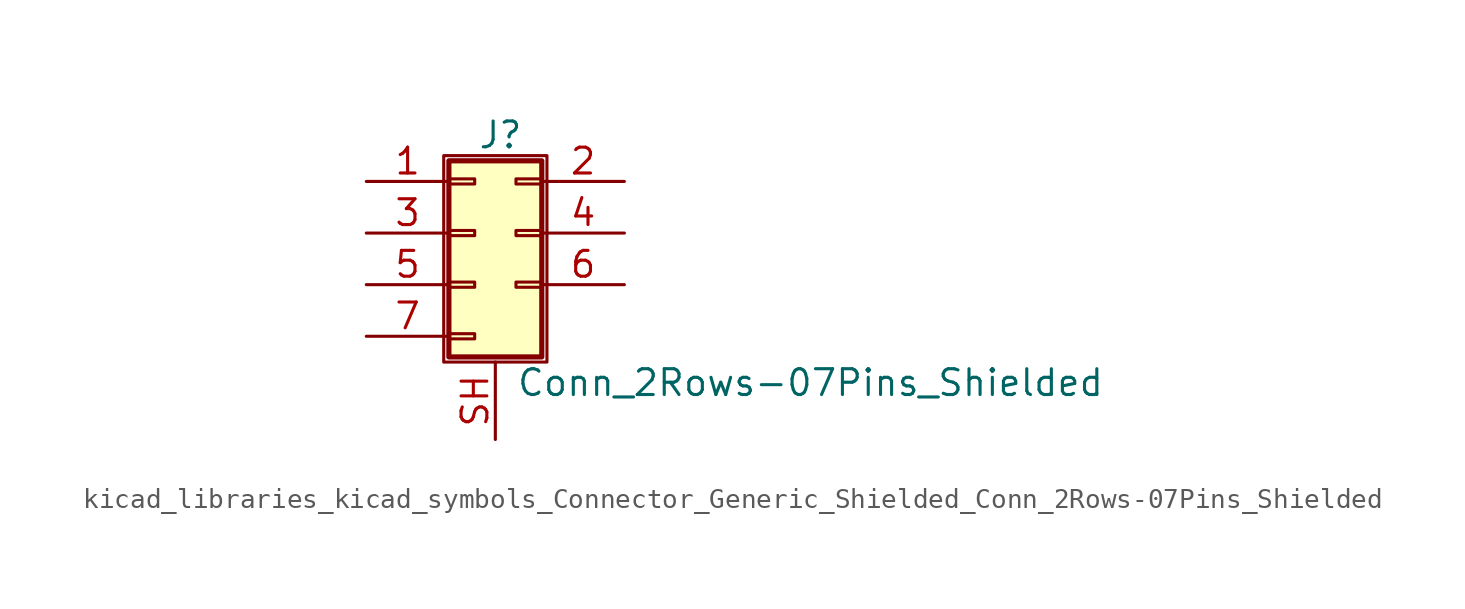
<source format=kicad_sym>
(kicad_symbol_lib
  (version 20220914)
  (generator kicad_symbol_editor)
  (symbol "kicad_libraries_kicad_symbols_Connector_Generic_Shielded_Conn_2Rows-07Pins_Shielded"
    (pin_names
      (offset 1.016) hide)
    (property "Reference" "J"
      (at 1.524 4.826 0)
      (effects (font (size 1.27 1.27))))
    (property "Value" "Conn_2Rows-07Pins_Shielded"
      (at 2.286 -7.366 0)
      (effects (font (size 1.27 1.27)) (justify left)))
    (symbol "kicad_libraries_kicad_symbols_Connector_Generic_Shielded_Conn_2Rows-07Pins_Shielded_1_1"
      (rectangle (start -1.27 3.81) (end 3.81 -6.35) (stroke (width 0.152) (type default)) (fill (type none)))
      (rectangle (start -1.016 -4.953) (end 0.254 -5.207) (stroke (width 0.152) (type default)) (fill (type none)))
      (rectangle (start -1.016 -2.413) (end 0.254 -2.667) (stroke (width 0.152) (type default)) (fill (type none)))
      (rectangle (start -1.016 0.127) (end 0.254 -0.127) (stroke (width 0.152) (type default)) (fill (type none)))
      (rectangle (start -1.016 2.667) (end 0.254 2.413) (stroke (width 0.152) (type default)) (fill (type none)))
      (rectangle (start -1.016 3.556) (end 3.556 -6.096) (stroke (width 0.254) (type default)) (fill (type background)))
      (rectangle (start 3.556 -2.413) (end 2.286 -2.667) (stroke (width 0.152) (type default)) (fill (type none)))
      (rectangle (start 3.556 0.127) (end 2.286 -0.127) (stroke (width 0.152) (type default)) (fill (type none)))
      (rectangle (start 3.556 2.667) (end 2.286 2.413) (stroke (width 0.152) (type default)) (fill (type none)))
      (pin passive line (at -5.08 2.54 0) (length 4.064) (name "Pin_1" (effects (font (size 1.27 1.27)))) (number "1" (effects (font (size 1.27 1.27)))))
      (pin passive line (at 7.62 2.54 180) (length 4.064) (name "Pin_2" (effects (font (size 1.27 1.27)))) (number "2" (effects (font (size 1.27 1.27)))))
      (pin passive line (at -5.08 0 0) (length 4.064) (name "Pin_3" (effects (font (size 1.27 1.27)))) (number "3" (effects (font (size 1.27 1.27)))))
      (pin passive line (at 7.62 0 180) (length 4.064) (name "Pin_4" (effects (font (size 1.27 1.27)))) (number "4" (effects (font (size 1.27 1.27)))))
      (pin passive line (at -5.08 -2.54 0) (length 4.064) (name "Pin_5" (effects (font (size 1.27 1.27)))) (number "5" (effects (font (size 1.27 1.27)))))
      (pin passive line (at 7.62 -2.54 180) (length 4.064) (name "Pin_6" (effects (font (size 1.27 1.27)))) (number "6" (effects (font (size 1.27 1.27)))))
      (pin passive line (at -5.08 -5.08 0) (length 4.064) (name "Pin_7" (effects (font (size 1.27 1.27)))) (number "7" (effects (font (size 1.27 1.27)))))
      (pin passive line (at 1.27 -10.16 90) (length 3.81) (name "Shield" (effects (font (size 1.27 1.27)))) (number "SH" (effects (font (size 1.27 1.27))))))))
</source>
